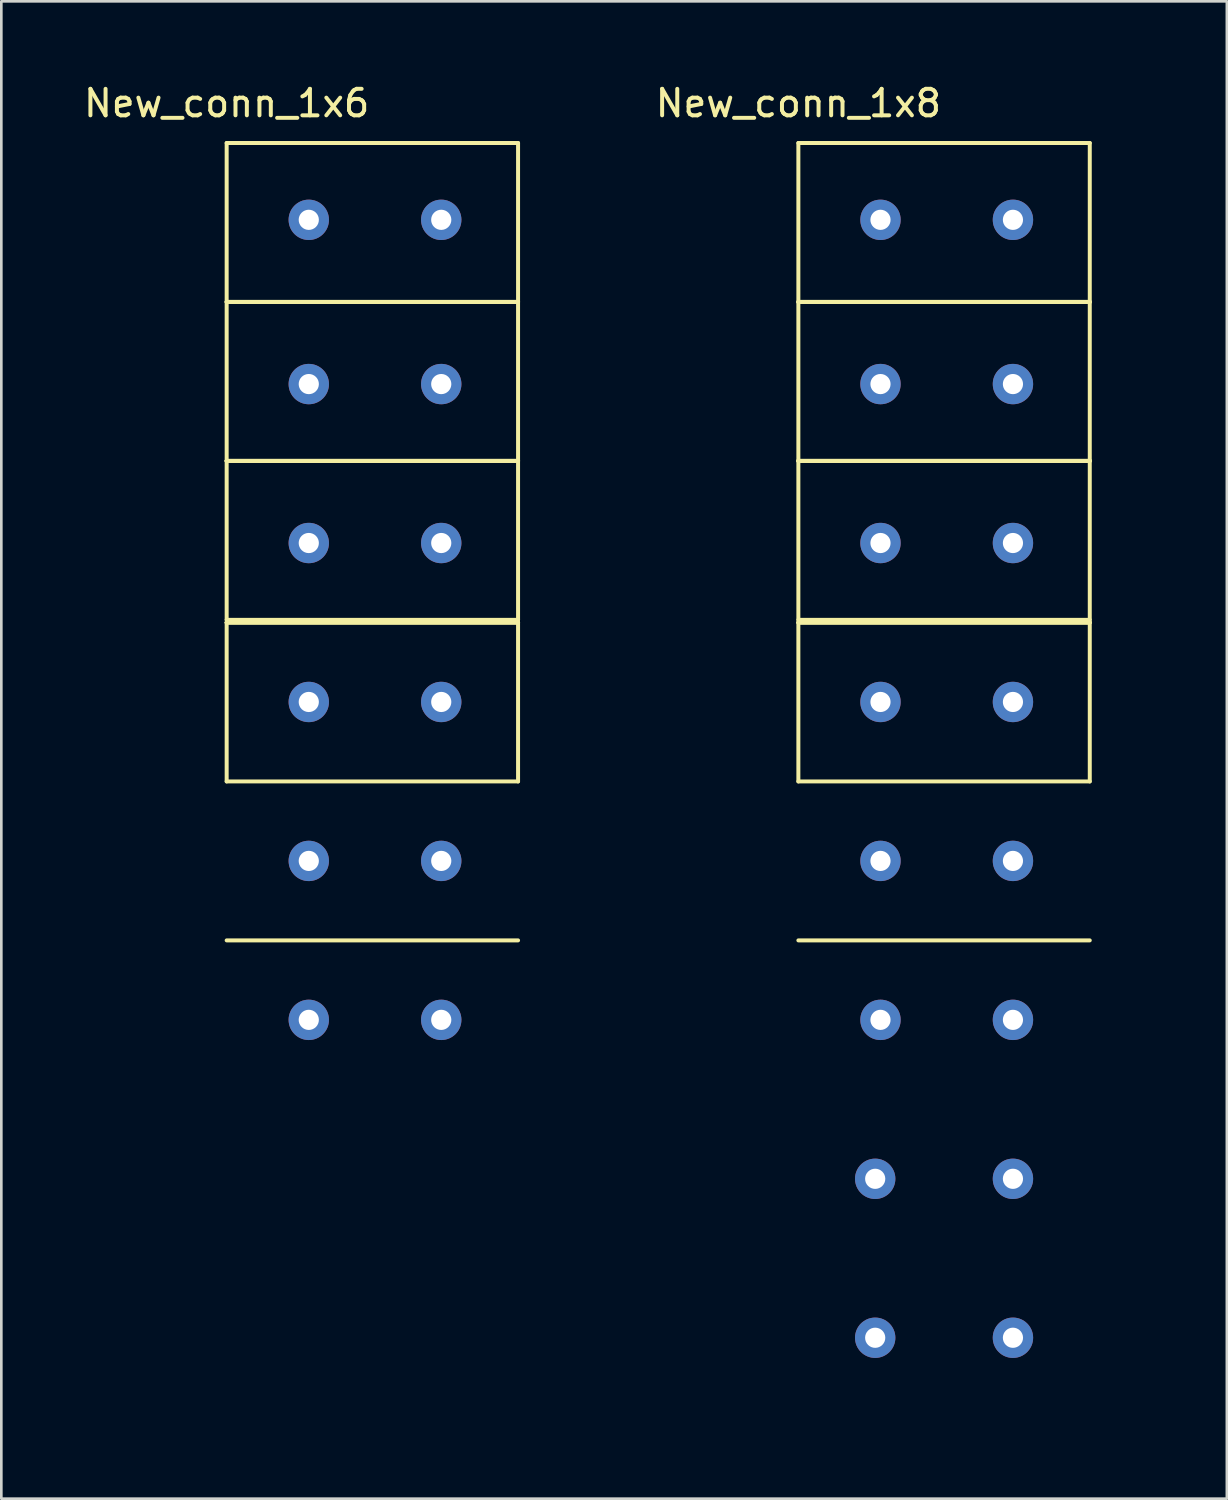
<source format=kicad_pcb>
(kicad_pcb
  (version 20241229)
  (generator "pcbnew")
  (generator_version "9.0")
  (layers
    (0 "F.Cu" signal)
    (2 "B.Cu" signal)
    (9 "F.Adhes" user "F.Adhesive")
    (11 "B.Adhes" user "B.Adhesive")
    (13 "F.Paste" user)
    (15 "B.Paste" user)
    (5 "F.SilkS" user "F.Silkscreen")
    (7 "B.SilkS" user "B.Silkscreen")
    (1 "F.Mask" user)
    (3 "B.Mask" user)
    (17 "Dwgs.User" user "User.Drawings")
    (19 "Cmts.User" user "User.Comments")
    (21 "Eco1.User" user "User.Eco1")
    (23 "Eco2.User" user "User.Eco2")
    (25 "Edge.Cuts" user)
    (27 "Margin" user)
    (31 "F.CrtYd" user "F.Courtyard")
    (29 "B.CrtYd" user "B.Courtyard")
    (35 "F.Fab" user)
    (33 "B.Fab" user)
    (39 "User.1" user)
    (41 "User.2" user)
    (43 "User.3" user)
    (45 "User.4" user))
  (footprint "New_conn_1x8"
    (layer "F.Cu")
    (at 27.087 0.348)
    (property "Reference" "New_conn_1x8" (at 0 0.5 0) (layer "F.SilkS") (effects (font (size 1 1) (thickness 0.15))))
    (attr through_hole)
    (fp_line (start 0 2) (end 11 2) (stroke (width 0.15) (type solid)) (layer "F.SilkS"))
    (fp_line (start 0 8) (end 0 2) (stroke (width 0.15) (type solid)) (layer "F.SilkS"))
    (fp_line (start 0 8) (end 11 8) (stroke (width 0.15) (type solid)) (layer "F.SilkS"))
    (fp_line (start 0 14) (end 0 8) (stroke (width 0.15) (type solid)) (layer "F.SilkS"))
    (fp_line (start 0 14) (end 11 14) (stroke (width 0.15) (type solid)) (layer "F.SilkS"))
    (fp_line (start 0 20) (end 0 14) (stroke (width 0.15) (type solid)) (layer "F.SilkS"))
    (fp_line (start 0 20.1) (end 11 20.1) (stroke (width 0.15) (type solid)) (layer "F.SilkS"))
    (fp_line (start 0 26.1) (end 0 20.1) (stroke (width 0.15) (type solid)) (layer "F.SilkS"))
    (fp_line (start 11 2) (end 11 8) (stroke (width 0.15) (type solid)) (layer "F.SilkS"))
    (fp_line (start 11 8) (end 0 8) (stroke (width 0.15) (type solid)) (layer "F.SilkS"))
    (fp_line (start 11 8) (end 11 14) (stroke (width 0.15) (type solid)) (layer "F.SilkS"))
    (fp_line (start 11 14) (end 0 14) (stroke (width 0.15) (type solid)) (layer "F.SilkS"))
    (fp_line (start 11 14) (end 0 14) (stroke (width 0.15) (type solid)) (layer "F.SilkS"))
    (fp_line (start 11 14) (end 11 20) (stroke (width 0.15) (type solid)) (layer "F.SilkS"))
    (fp_line (start 11 20) (end 0 20) (stroke (width 0.15) (type solid)) (layer "F.SilkS"))
    (fp_line (start 11 20.1) (end 0 20.1) (stroke (width 0.15) (type solid)) (layer "F.SilkS"))
    (fp_line (start 11 20.1) (end 0 20.1) (stroke (width 0.15) (type solid)) (layer "F.SilkS"))
    (fp_line (start 11 20.1) (end 11 26.1) (stroke (width 0.15) (type solid)) (layer "F.SilkS"))
    (fp_line (start 11 26.1) (end 0 26.1) (stroke (width 0.15) (type solid)) (layer "F.SilkS"))
    (fp_line (start 11 32.1) (end 0 32.1) (stroke (width 0.15) (type solid)) (layer "F.SilkS"))
    (fp_line (start 0 2) (end 13 2) (stroke (width 0.15) (type solid)) (layer "B.Paste"))
    (fp_line (start 0 8) (end 13 8) (stroke (width 0.15) (type solid)) (layer "B.Paste"))
    (fp_line (start 0 14) (end 13 14) (stroke (width 0.15) (type solid)) (layer "B.Paste"))
    (fp_line (start 0 20.1) (end 13 20.1) (stroke (width 0.15) (type solid)) (layer "B.Paste"))
    (fp_line (start 0.1 26.1) (end 0.1 32.1) (stroke (width 0.15) (type solid)) (layer "B.Paste"))
    (fp_line (start 0.1 32.1) (end 0.1 38.1) (stroke (width 0.15) (type solid)) (layer "B.Paste"))
    (fp_line (start 0.1 32.1) (end 13 32.1) (stroke (width 0.15) (type solid)) (layer "B.Paste"))
    (fp_line (start 0.1 38.1) (end 0.1 44.1) (stroke (width 0.15) (type solid)) (layer "B.Paste"))
    (fp_line (start 0.1 38.1) (end 13 38.1) (stroke (width 0.15) (type solid)) (layer "B.Paste"))
    (fp_line (start 0.1 44.1) (end 0.1 50.1) (stroke (width 0.15) (type solid)) (layer "B.Paste"))
    (fp_line (start 0.1 44.1) (end 13 44.1) (stroke (width 0.15) (type solid)) (layer "B.Paste"))
    (fp_line (start 0.1 44.1) (end 13.1 44.1) (stroke (width 0.15) (type solid)) (layer "B.Paste"))
    (fp_line (start 0.1 50.1) (end 13.1 50.1) (stroke (width 0.15) (type solid)) (layer "B.Paste"))
    (fp_line (start 10.9 8) (end 13 8) (stroke (width 0.15) (type solid)) (layer "B.Paste"))
    (fp_line (start 10.9 14) (end 13 14) (stroke (width 0.15) (type solid)) (layer "B.Paste"))
    (fp_line (start 10.9 14) (end 13 14) (stroke (width 0.15) (type solid)) (layer "B.Paste"))
    (fp_line (start 10.9 20) (end 13 20) (stroke (width 0.15) (type solid)) (layer "B.Paste"))
    (fp_line (start 10.9 20.1) (end 13 20.1) (stroke (width 0.15) (type solid)) (layer "B.Paste"))
    (fp_line (start 10.9 20.1) (end 13 20.1) (stroke (width 0.15) (type solid)) (layer "B.Paste"))
    (fp_line (start 10.9 26.1) (end 13 26.1) (stroke (width 0.15) (type solid)) (layer "B.Paste"))
    (fp_line (start 10.9 32.1) (end 13 32.1) (stroke (width 0.15) (type solid)) (layer "B.Paste"))
    (fp_line (start 11.1 26) (end 11.1 32.2) (stroke (width 0.15) (type solid)) (layer "B.Paste"))
    (fp_line (start 11.1 32) (end 11.1 38.2) (stroke (width 0.15) (type solid)) (layer "B.Paste"))
    (fp_line (start 11.2 37.9) (end 11.2 50.1) (stroke (width 0.15) (type solid)) (layer "B.Paste"))
    (fp_line (start 13 8) (end 13 2) (stroke (width 0.15) (type solid)) (layer "B.Paste"))
    (fp_line (start 13 14) (end 13 8) (stroke (width 0.15) (type solid)) (layer "B.Paste"))
    (fp_line (start 13 20) (end 13 14) (stroke (width 0.15) (type solid)) (layer "B.Paste"))
    (fp_line (start 13 26) (end 11.1 26) (stroke (width 0.15) (type solid)) (layer "B.Paste"))
    (fp_line (start 13 26.1) (end 13 20.1) (stroke (width 0.15) (type solid)) (layer "B.Paste"))
    (fp_line (start 13 32) (end 11.1 32) (stroke (width 0.15) (type solid)) (layer "B.Paste"))
    (fp_line (start 13 32.1) (end 13 26) (stroke (width 0.15) (type solid)) (layer "B.Paste"))
    (fp_line (start 13 38.1) (end 13 32) (stroke (width 0.15) (type solid)) (layer "B.Paste"))
    (fp_line (start 13.1 38.2) (end 0 38.2) (stroke (width 0.15) (type solid)) (layer "B.Paste"))
    (fp_line (start 13.1 44.1) (end 13.1 38.2) (stroke (width 0.15) (type solid)) (layer "B.Paste"))
    (fp_line (start 13.1 44.2) (end 0 44.2) (stroke (width 0.15) (type solid)) (layer "B.Paste"))
    (fp_line (start 13.1 50.1) (end 13.1 44.2) (stroke (width 0.15) (type solid)) (layer "B.Paste"))
    (pad "1" thru_hole circle (at 3.1 4.9) (size 1.524 1.524) (drill 0.762) (layers "*.Cu" "*.Mask"))
    (pad "1" thru_hole circle (at 8.1 4.9) (size 1.524 1.524) (drill 0.762) (layers "*.Cu" "*.Mask"))
    (pad "2" thru_hole circle (at 3.1 11.1) (size 1.524 1.524) (drill 0.762) (layers "*.Cu" "*.Mask"))
    (pad "2" thru_hole circle (at 8.1 11.1) (size 1.524 1.524) (drill 0.762) (layers "*.Cu" "*.Mask"))
    (pad "3" thru_hole circle (at 3.1 17.1) (size 1.524 1.524) (drill 0.762) (layers "*.Cu" "*.Mask"))
    (pad "3" thru_hole circle (at 8.1 17.1) (size 1.524 1.524) (drill 0.762) (layers "*.Cu" "*.Mask"))
    (pad "4" thru_hole circle (at 3.1 23.1) (size 1.524 1.524) (drill 0.762) (layers "*.Cu" "*.Mask"))
    (pad "4" thru_hole circle (at 8.1 23.1) (size 1.524 1.524) (drill 0.762) (layers "*.Cu" "*.Mask"))
    (pad "5" thru_hole circle (at 3.1 29.1) (size 1.524 1.524) (drill 0.762) (layers "*.Cu" "*.Mask"))
    (pad "5" thru_hole circle (at 8.1 29.1) (size 1.524 1.524) (drill 0.762) (layers "*.Cu" "*.Mask"))
    (pad "6" thru_hole circle (at 3.1 35.1) (size 1.524 1.524) (drill 0.762) (layers "*.Cu" "*.Mask"))
    (pad "6" thru_hole circle (at 8.1 35.1) (size 1.524 1.524) (drill 0.762) (layers "*.Cu" "*.Mask"))
    (pad "7" thru_hole circle (at 2.9 41.1) (size 1.524 1.524) (drill 0.762) (layers "*.Cu" "*.Mask"))
    (pad "7" thru_hole circle (at 8.1 41.1) (size 1.524 1.524) (drill 0.762) (layers "*.Cu" "*.Mask"))
    (pad "8" thru_hole circle (at 2.9 47.1) (size 1.524 1.524) (drill 0.762) (layers "*.Cu" "*.Mask"))
    (pad "8" thru_hole circle (at 8.1 47.1) (size 1.524 1.524) (drill 0.762) (layers "*.Cu" "*.Mask")))
  (footprint "New_conn_1x6"
    (layer "F.Cu")
    (at 5.506 0.348)
    (property "Reference" "New_conn_1x6" (at 0 0.5 0) (layer "F.SilkS") (effects (font (size 1 1) (thickness 0.15))))
    (attr through_hole)
    (fp_line (start 0 2) (end 11 2) (stroke (width 0.15) (type solid)) (layer "F.SilkS"))
    (fp_line (start 0 8) (end 0 2) (stroke (width 0.15) (type solid)) (layer "F.SilkS"))
    (fp_line (start 0 8) (end 11 8) (stroke (width 0.15) (type solid)) (layer "F.SilkS"))
    (fp_line (start 0 14) (end 0 8) (stroke (width 0.15) (type solid)) (layer "F.SilkS"))
    (fp_line (start 0 14) (end 11 14) (stroke (width 0.15) (type solid)) (layer "F.SilkS"))
    (fp_line (start 0 20) (end 0 14) (stroke (width 0.15) (type solid)) (layer "F.SilkS"))
    (fp_line (start 0 20.1) (end 11 20.1) (stroke (width 0.15) (type solid)) (layer "F.SilkS"))
    (fp_line (start 0 26.1) (end 0 20.1) (stroke (width 0.15) (type solid)) (layer "F.SilkS"))
    (fp_line (start 11 2) (end 11 8) (stroke (width 0.15) (type solid)) (layer "F.SilkS"))
    (fp_line (start 11 8) (end 0 8) (stroke (width 0.15) (type solid)) (layer "F.SilkS"))
    (fp_line (start 11 8) (end 11 14) (stroke (width 0.15) (type solid)) (layer "F.SilkS"))
    (fp_line (start 11 14) (end 0 14) (stroke (width 0.15) (type solid)) (layer "F.SilkS"))
    (fp_line (start 11 14) (end 0 14) (stroke (width 0.15) (type solid)) (layer "F.SilkS"))
    (fp_line (start 11 14) (end 11 20) (stroke (width 0.15) (type solid)) (layer "F.SilkS"))
    (fp_line (start 11 20) (end 0 20) (stroke (width 0.15) (type solid)) (layer "F.SilkS"))
    (fp_line (start 11 20.1) (end 0 20.1) (stroke (width 0.15) (type solid)) (layer "F.SilkS"))
    (fp_line (start 11 20.1) (end 0 20.1) (stroke (width 0.15) (type solid)) (layer "F.SilkS"))
    (fp_line (start 11 20.1) (end 11 26.1) (stroke (width 0.15) (type solid)) (layer "F.SilkS"))
    (fp_line (start 11 26.1) (end 0 26.1) (stroke (width 0.15) (type solid)) (layer "F.SilkS"))
    (fp_line (start 11 32.1) (end 0 32.1) (stroke (width 0.15) (type solid)) (layer "F.SilkS"))
    (fp_line (start 0 2) (end 13 2) (stroke (width 0.15) (type solid)) (layer "B.Paste"))
    (fp_line (start 0 8) (end 13 8) (stroke (width 0.15) (type solid)) (layer "B.Paste"))
    (fp_line (start 0 14) (end 13 14) (stroke (width 0.15) (type solid)) (layer "B.Paste"))
    (fp_line (start 0 20.1) (end 13 20.1) (stroke (width 0.15) (type solid)) (layer "B.Paste"))
    (fp_line (start 0.1 26.1) (end 0.1 32.1) (stroke (width 0.15) (type solid)) (layer "B.Paste"))
    (fp_line (start 0.1 32.1) (end 0.1 38.1) (stroke (width 0.15) (type solid)) (layer "B.Paste"))
    (fp_line (start 0.1 32.1) (end 13 32.1) (stroke (width 0.15) (type solid)) (layer "B.Paste"))
    (fp_line (start 0.1 38.1) (end 13 38.1) (stroke (width 0.15) (type solid)) (layer "B.Paste"))
    (fp_line (start 10.9 8) (end 13 8) (stroke (width 0.15) (type solid)) (layer "B.Paste"))
    (fp_line (start 10.9 14) (end 13 14) (stroke (width 0.15) (type solid)) (layer "B.Paste"))
    (fp_line (start 10.9 14) (end 13 14) (stroke (width 0.15) (type solid)) (layer "B.Paste"))
    (fp_line (start 10.9 20) (end 13 20) (stroke (width 0.15) (type solid)) (layer "B.Paste"))
    (fp_line (start 10.9 20.1) (end 13 20.1) (stroke (width 0.15) (type solid)) (layer "B.Paste"))
    (fp_line (start 10.9 20.1) (end 13 20.1) (stroke (width 0.15) (type solid)) (layer "B.Paste"))
    (fp_line (start 10.9 26.1) (end 13 26.1) (stroke (width 0.15) (type solid)) (layer "B.Paste"))
    (fp_line (start 10.9 32.1) (end 13 32.1) (stroke (width 0.15) (type solid)) (layer "B.Paste"))
    (fp_line (start 11.1 26) (end 11.1 32.2) (stroke (width 0.15) (type solid)) (layer "B.Paste"))
    (fp_line (start 11.1 32) (end 11.1 38.2) (stroke (width 0.15) (type solid)) (layer "B.Paste"))
    (fp_line (start 13 8) (end 13 2) (stroke (width 0.15) (type solid)) (layer "B.Paste"))
    (fp_line (start 13 14) (end 13 8) (stroke (width 0.15) (type solid)) (layer "B.Paste"))
    (fp_line (start 13 20) (end 13 14) (stroke (width 0.15) (type solid)) (layer "B.Paste"))
    (fp_line (start 13 26) (end 11.1 26) (stroke (width 0.15) (type solid)) (layer "B.Paste"))
    (fp_line (start 13 26.1) (end 13 20.1) (stroke (width 0.15) (type solid)) (layer "B.Paste"))
    (fp_line (start 13 32) (end 11.1 32) (stroke (width 0.15) (type solid)) (layer "B.Paste"))
    (fp_line (start 13 32.1) (end 13 26) (stroke (width 0.15) (type solid)) (layer "B.Paste"))
    (fp_line (start 13 38.1) (end 13 32) (stroke (width 0.15) (type solid)) (layer "B.Paste"))
    (pad "1" thru_hole circle (at 3.1 4.9) (size 1.524 1.524) (drill 0.762) (layers "*.Cu" "*.Mask"))
    (pad "1" thru_hole circle (at 8.1 4.9) (size 1.524 1.524) (drill 0.762) (layers "*.Cu" "*.Mask"))
    (pad "2" thru_hole circle (at 3.1 11.1) (size 1.524 1.524) (drill 0.762) (layers "*.Cu" "*.Mask"))
    (pad "2" thru_hole circle (at 8.1 11.1) (size 1.524 1.524) (drill 0.762) (layers "*.Cu" "*.Mask"))
    (pad "3" thru_hole circle (at 3.1 17.1) (size 1.524 1.524) (drill 0.762) (layers "*.Cu" "*.Mask"))
    (pad "3" thru_hole circle (at 8.1 17.1) (size 1.524 1.524) (drill 0.762) (layers "*.Cu" "*.Mask"))
    (pad "4" thru_hole circle (at 3.1 23.1) (size 1.524 1.524) (drill 0.762) (layers "*.Cu" "*.Mask"))
    (pad "4" thru_hole circle (at 8.1 23.1) (size 1.524 1.524) (drill 0.762) (layers "*.Cu" "*.Mask"))
    (pad "5" thru_hole circle (at 3.1 29.1) (size 1.524 1.524) (drill 0.762) (layers "*.Cu" "*.Mask"))
    (pad "5" thru_hole circle (at 8.1 29.1) (size 1.524 1.524) (drill 0.762) (layers "*.Cu" "*.Mask"))
    (pad "6" thru_hole circle (at 3.1 35.1) (size 1.524 1.524) (drill 0.762) (layers "*.Cu" "*.Mask"))
    (pad "6" thru_hole circle (at 8.1 35.1) (size 1.524 1.524) (drill 0.762) (layers "*.Cu" "*.Mask")))
  (gr_rect
    (start -3 -3)
    (end 43.262 53.523)
    (stroke (width 0.1) (type default))
    (fill no)
    (layer "Edge.Cuts")))
</source>
